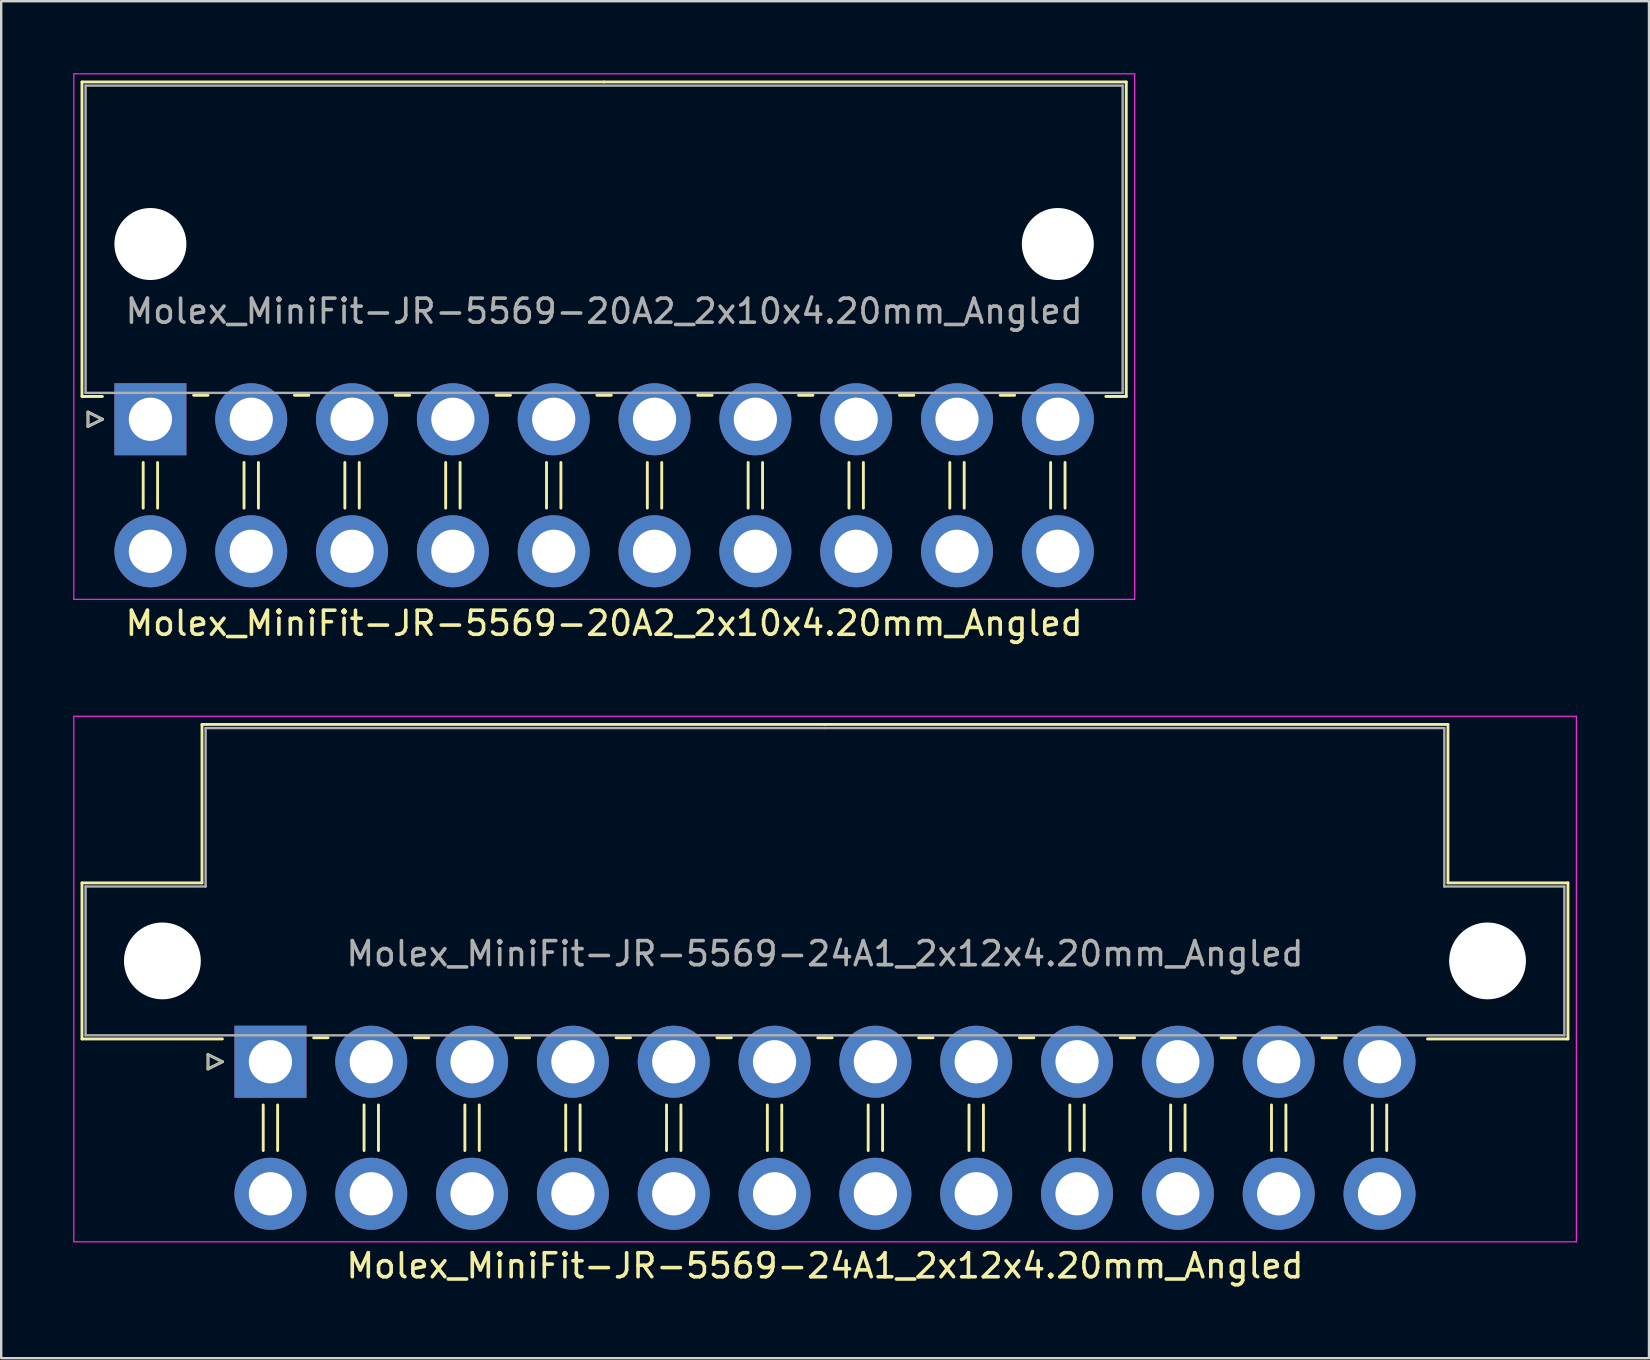
<source format=kicad_pcb>
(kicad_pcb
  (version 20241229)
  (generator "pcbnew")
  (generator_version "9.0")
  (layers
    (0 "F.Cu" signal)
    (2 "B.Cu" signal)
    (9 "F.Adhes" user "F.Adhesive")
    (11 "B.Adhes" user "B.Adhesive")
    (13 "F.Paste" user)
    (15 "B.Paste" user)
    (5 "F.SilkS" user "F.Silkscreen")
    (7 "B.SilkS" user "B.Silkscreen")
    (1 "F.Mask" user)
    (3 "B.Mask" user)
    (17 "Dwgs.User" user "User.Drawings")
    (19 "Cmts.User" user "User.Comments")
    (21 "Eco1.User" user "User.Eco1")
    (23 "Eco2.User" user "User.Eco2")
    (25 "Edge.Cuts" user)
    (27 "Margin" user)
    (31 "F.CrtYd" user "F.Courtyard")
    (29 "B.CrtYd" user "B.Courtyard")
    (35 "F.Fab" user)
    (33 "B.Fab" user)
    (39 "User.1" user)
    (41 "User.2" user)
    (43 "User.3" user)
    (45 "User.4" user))
  (footprint "Molex_MiniFit-JR-5569-20A2_2x10x4.20mm_Angled"
    (layer "F.Cu")
    (at 3.215 14.415)
    (property "Reference" "Molex_MiniFit-JR-5569-20A2_2x10x4.20mm_Angled" (at 18.9 8.5 0) (layer "F.SilkS") (effects (font (size 1 1) (thickness 0.15))))
    (attr through_hole)
    (fp_line (start -2.85 -14.05) (end 18.9 -14.05) (stroke (width 0.12) (type solid)) (layer "F.SilkS"))
    (fp_line (start -2.85 -0.95) (end -2.85 -14.05) (stroke (width 0.12) (type solid)) (layer "F.SilkS"))
    (fp_line (start -2.6 -0.3) (end -2 0) (stroke (width 0.12) (type solid)) (layer "F.SilkS"))
    (fp_line (start -2.6 0.3) (end -2.6 -0.3) (stroke (width 0.12) (type solid)) (layer "F.SilkS"))
    (fp_line (start -2 -0.95) (end -2.85 -0.95) (stroke (width 0.12) (type solid)) (layer "F.SilkS"))
    (fp_line (start -2 0) (end -2.6 0.3) (stroke (width 0.12) (type solid)) (layer "F.SilkS"))
    (fp_line (start -0.3 1.8) (end -0.3 3.7) (stroke (width 0.12) (type solid)) (layer "F.SilkS"))
    (fp_line (start 0.3 1.8) (end 0.3 3.7) (stroke (width 0.12) (type solid)) (layer "F.SilkS"))
    (fp_line (start 1.8 -1) (end 2.4 -1) (stroke (width 0.12) (type solid)) (layer "F.SilkS"))
    (fp_line (start 3.9 1.8) (end 3.9 3.7) (stroke (width 0.12) (type solid)) (layer "F.SilkS"))
    (fp_line (start 4.5 1.8) (end 4.5 3.7) (stroke (width 0.12) (type solid)) (layer "F.SilkS"))
    (fp_line (start 6 -1) (end 6.6 -1) (stroke (width 0.12) (type solid)) (layer "F.SilkS"))
    (fp_line (start 8.1 1.8) (end 8.1 3.7) (stroke (width 0.12) (type solid)) (layer "F.SilkS"))
    (fp_line (start 8.7 1.8) (end 8.7 3.7) (stroke (width 0.12) (type solid)) (layer "F.SilkS"))
    (fp_line (start 10.2 -1) (end 10.8 -1) (stroke (width 0.12) (type solid)) (layer "F.SilkS"))
    (fp_line (start 12.3 1.8) (end 12.3 3.7) (stroke (width 0.12) (type solid)) (layer "F.SilkS"))
    (fp_line (start 12.9 1.8) (end 12.9 3.7) (stroke (width 0.12) (type solid)) (layer "F.SilkS"))
    (fp_line (start 14.4 -1) (end 15 -1) (stroke (width 0.12) (type solid)) (layer "F.SilkS"))
    (fp_line (start 16.5 1.8) (end 16.5 3.7) (stroke (width 0.12) (type solid)) (layer "F.SilkS"))
    (fp_line (start 17.1 1.8) (end 17.1 3.7) (stroke (width 0.12) (type solid)) (layer "F.SilkS"))
    (fp_line (start 18.6 -1) (end 19.2 -1) (stroke (width 0.12) (type solid)) (layer "F.SilkS"))
    (fp_line (start 20.7 1.8) (end 20.7 3.7) (stroke (width 0.12) (type solid)) (layer "F.SilkS"))
    (fp_line (start 21.3 1.8) (end 21.3 3.7) (stroke (width 0.12) (type solid)) (layer "F.SilkS"))
    (fp_line (start 22.8 -1) (end 23.4 -1) (stroke (width 0.12) (type solid)) (layer "F.SilkS"))
    (fp_line (start 24.9 1.8) (end 24.9 3.7) (stroke (width 0.12) (type solid)) (layer "F.SilkS"))
    (fp_line (start 25.5 1.8) (end 25.5 3.7) (stroke (width 0.12) (type solid)) (layer "F.SilkS"))
    (fp_line (start 27 -1) (end 27.6 -1) (stroke (width 0.12) (type solid)) (layer "F.SilkS"))
    (fp_line (start 29.1 1.8) (end 29.1 3.7) (stroke (width 0.12) (type solid)) (layer "F.SilkS"))
    (fp_line (start 29.7 1.8) (end 29.7 3.7) (stroke (width 0.12) (type solid)) (layer "F.SilkS"))
    (fp_line (start 31.2 -1) (end 31.8 -1) (stroke (width 0.12) (type solid)) (layer "F.SilkS"))
    (fp_line (start 33.3 1.8) (end 33.3 3.7) (stroke (width 0.12) (type solid)) (layer "F.SilkS"))
    (fp_line (start 33.9 1.8) (end 33.9 3.7) (stroke (width 0.12) (type solid)) (layer "F.SilkS"))
    (fp_line (start 35.4 -1) (end 36 -1) (stroke (width 0.12) (type solid)) (layer "F.SilkS"))
    (fp_line (start 37.5 1.8) (end 37.5 3.7) (stroke (width 0.12) (type solid)) (layer "F.SilkS"))
    (fp_line (start 38.1 1.8) (end 38.1 3.7) (stroke (width 0.12) (type solid)) (layer "F.SilkS"))
    (fp_line (start 39.8 -0.95) (end 40.65 -0.95) (stroke (width 0.12) (type solid)) (layer "F.SilkS"))
    (fp_line (start 40.65 -14.05) (end 18.9 -14.05) (stroke (width 0.12) (type solid)) (layer "F.SilkS"))
    (fp_line (start 40.65 -0.95) (end 40.65 -14.05) (stroke (width 0.12) (type solid)) (layer "F.SilkS"))
    (fp_line (start -3.19 -14.39) (end -3.19 7.5) (stroke (width 0.05) (type solid)) (layer "F.CrtYd"))
    (fp_line (start -3.19 7.5) (end 41 7.5) (stroke (width 0.05) (type solid)) (layer "F.CrtYd"))
    (fp_line (start 41 -14.39) (end -3.19 -14.39) (stroke (width 0.05) (type solid)) (layer "F.CrtYd"))
    (fp_line (start 41 7.5) (end 41 -14.39) (stroke (width 0.05) (type solid)) (layer "F.CrtYd"))
    (fp_line (start -2.7 -13.9) (end -2.7 -1.1) (stroke (width 0.1) (type solid)) (layer "F.Fab"))
    (fp_line (start -2.7 -1.1) (end 40.5 -1.1) (stroke (width 0.1) (type solid)) (layer "F.Fab"))
    (fp_line (start -2.6 -0.3) (end -2 0) (stroke (width 0.1) (type solid)) (layer "F.Fab"))
    (fp_line (start -2.6 0.3) (end -2.6 -0.3) (stroke (width 0.1) (type solid)) (layer "F.Fab"))
    (fp_line (start -2 0) (end -2.6 0.3) (stroke (width 0.1) (type solid)) (layer "F.Fab"))
    (fp_line (start 40.5 -13.9) (end -2.7 -13.9) (stroke (width 0.1) (type solid)) (layer "F.Fab"))
    (fp_line (start 40.5 -1.1) (end 40.5 -13.9) (stroke (width 0.1) (type solid)) (layer "F.Fab"))
    (fp_text user "${REFERENCE}" (at 18.9 -4.5 0) (layer "F.Fab") (effects (font (size 1 1) (thickness 0.15))))
    (pad "" np_thru_hole circle (at 0 -7.3) (size 3 3) (drill 3) (layers "*.Cu" "*.Mask"))
    (pad "" np_thru_hole circle (at 37.8 -7.3) (size 3 3) (drill 3) (layers "*.Cu" "*.Mask"))
    (pad "1" thru_hole rect (at 0 0) (size 3 3) (drill 1.8) (layers "*.Cu" "*.Mask"))
    (pad "2" thru_hole circle (at 4.2 0) (size 3 3) (drill 1.8) (layers "*.Cu" "*.Mask"))
    (pad "3" thru_hole circle (at 8.4 0) (size 3 3) (drill 1.8) (layers "*.Cu" "*.Mask"))
    (pad "4" thru_hole circle (at 12.6 0) (size 3 3) (drill 1.8) (layers "*.Cu" "*.Mask"))
    (pad "5" thru_hole circle (at 16.8 0) (size 3 3) (drill 1.8) (layers "*.Cu" "*.Mask"))
    (pad "6" thru_hole circle (at 21 0) (size 3 3) (drill 1.8) (layers "*.Cu" "*.Mask"))
    (pad "7" thru_hole circle (at 25.2 0) (size 3 3) (drill 1.8) (layers "*.Cu" "*.Mask"))
    (pad "8" thru_hole circle (at 29.4 0) (size 3 3) (drill 1.8) (layers "*.Cu" "*.Mask"))
    (pad "9" thru_hole circle (at 33.6 0) (size 3 3) (drill 1.8) (layers "*.Cu" "*.Mask"))
    (pad "10" thru_hole circle (at 37.8 0) (size 3 3) (drill 1.8) (layers "*.Cu" "*.Mask"))
    (pad "11" thru_hole circle (at 0 5.5) (size 3 3) (drill 1.8) (layers "*.Cu" "*.Mask"))
    (pad "12" thru_hole circle (at 4.2 5.5) (size 3 3) (drill 1.8) (layers "*.Cu" "*.Mask"))
    (pad "13" thru_hole circle (at 8.4 5.5) (size 3 3) (drill 1.8) (layers "*.Cu" "*.Mask"))
    (pad "14" thru_hole circle (at 12.6 5.5) (size 3 3) (drill 1.8) (layers "*.Cu" "*.Mask"))
    (pad "15" thru_hole circle (at 16.8 5.5) (size 3 3) (drill 1.8) (layers "*.Cu" "*.Mask"))
    (pad "16" thru_hole circle (at 21 5.5) (size 3 3) (drill 1.8) (layers "*.Cu" "*.Mask"))
    (pad "17" thru_hole circle (at 25.2 5.5) (size 3 3) (drill 1.8) (layers "*.Cu" "*.Mask"))
    (pad "18" thru_hole circle (at 29.4 5.5) (size 3 3) (drill 1.8) (layers "*.Cu" "*.Mask"))
    (pad "19" thru_hole circle (at 33.6 5.5) (size 3 3) (drill 1.8) (layers "*.Cu" "*.Mask"))
    (pad "20" thru_hole circle (at 37.8 5.5) (size 3 3) (drill 1.8) (layers "*.Cu" "*.Mask")))
  (footprint "Molex_MiniFit-JR-5569-24A1_2x12x4.20mm_Angled"
    (layer "F.Cu")
    (at 8.215 41.178)
    (property "Reference" "Molex_MiniFit-JR-5569-24A1_2x12x4.20mm_Angled" (at 23.1 8.5 0) (layer "F.SilkS") (effects (font (size 1 1) (thickness 0.15))))
    (attr through_hole)
    (fp_line (start -7.85 -7.45) (end -7.85 -0.95) (stroke (width 0.12) (type solid)) (layer "F.SilkS"))
    (fp_line (start -7.85 -0.95) (end -2 -0.95) (stroke (width 0.12) (type solid)) (layer "F.SilkS"))
    (fp_line (start -2.85 -14.05) (end -2.85 -7.45) (stroke (width 0.12) (type solid)) (layer "F.SilkS"))
    (fp_line (start -2.85 -7.45) (end -7.85 -7.45) (stroke (width 0.12) (type solid)) (layer "F.SilkS"))
    (fp_line (start -2.6 -0.3) (end -2 0) (stroke (width 0.12) (type solid)) (layer "F.SilkS"))
    (fp_line (start -2.6 0.3) (end -2.6 -0.3) (stroke (width 0.12) (type solid)) (layer "F.SilkS"))
    (fp_line (start -2 0) (end -2.6 0.3) (stroke (width 0.12) (type solid)) (layer "F.SilkS"))
    (fp_line (start -0.3 1.8) (end -0.3 3.7) (stroke (width 0.12) (type solid)) (layer "F.SilkS"))
    (fp_line (start 0.3 1.8) (end 0.3 3.7) (stroke (width 0.12) (type solid)) (layer "F.SilkS"))
    (fp_line (start 1.8 -1) (end 2.4 -1) (stroke (width 0.12) (type solid)) (layer "F.SilkS"))
    (fp_line (start 3.9 1.8) (end 3.9 3.7) (stroke (width 0.12) (type solid)) (layer "F.SilkS"))
    (fp_line (start 4.5 1.8) (end 4.5 3.7) (stroke (width 0.12) (type solid)) (layer "F.SilkS"))
    (fp_line (start 6 -1) (end 6.6 -1) (stroke (width 0.12) (type solid)) (layer "F.SilkS"))
    (fp_line (start 8.1 1.8) (end 8.1 3.7) (stroke (width 0.12) (type solid)) (layer "F.SilkS"))
    (fp_line (start 8.7 1.8) (end 8.7 3.7) (stroke (width 0.12) (type solid)) (layer "F.SilkS"))
    (fp_line (start 10.2 -1) (end 10.8 -1) (stroke (width 0.12) (type solid)) (layer "F.SilkS"))
    (fp_line (start 12.3 1.8) (end 12.3 3.7) (stroke (width 0.12) (type solid)) (layer "F.SilkS"))
    (fp_line (start 12.9 1.8) (end 12.9 3.7) (stroke (width 0.12) (type solid)) (layer "F.SilkS"))
    (fp_line (start 14.4 -1) (end 15 -1) (stroke (width 0.12) (type solid)) (layer "F.SilkS"))
    (fp_line (start 16.5 1.8) (end 16.5 3.7) (stroke (width 0.12) (type solid)) (layer "F.SilkS"))
    (fp_line (start 17.1 1.8) (end 17.1 3.7) (stroke (width 0.12) (type solid)) (layer "F.SilkS"))
    (fp_line (start 18.6 -1) (end 19.2 -1) (stroke (width 0.12) (type solid)) (layer "F.SilkS"))
    (fp_line (start 20.7 1.8) (end 20.7 3.7) (stroke (width 0.12) (type solid)) (layer "F.SilkS"))
    (fp_line (start 21.3 1.8) (end 21.3 3.7) (stroke (width 0.12) (type solid)) (layer "F.SilkS"))
    (fp_line (start 22.8 -1) (end 23.4 -1) (stroke (width 0.12) (type solid)) (layer "F.SilkS"))
    (fp_line (start 23.1 -14.05) (end -2.85 -14.05) (stroke (width 0.12) (type solid)) (layer "F.SilkS"))
    (fp_line (start 23.1 -14.05) (end 49.05 -14.05) (stroke (width 0.12) (type solid)) (layer "F.SilkS"))
    (fp_line (start 24.9 1.8) (end 24.9 3.7) (stroke (width 0.12) (type solid)) (layer "F.SilkS"))
    (fp_line (start 25.5 1.8) (end 25.5 3.7) (stroke (width 0.12) (type solid)) (layer "F.SilkS"))
    (fp_line (start 27 -1) (end 27.6 -1) (stroke (width 0.12) (type solid)) (layer "F.SilkS"))
    (fp_line (start 29.1 1.8) (end 29.1 3.7) (stroke (width 0.12) (type solid)) (layer "F.SilkS"))
    (fp_line (start 29.7 1.8) (end 29.7 3.7) (stroke (width 0.12) (type solid)) (layer "F.SilkS"))
    (fp_line (start 31.2 -1) (end 31.8 -1) (stroke (width 0.12) (type solid)) (layer "F.SilkS"))
    (fp_line (start 33.3 1.8) (end 33.3 3.7) (stroke (width 0.12) (type solid)) (layer "F.SilkS"))
    (fp_line (start 33.9 1.8) (end 33.9 3.7) (stroke (width 0.12) (type solid)) (layer "F.SilkS"))
    (fp_line (start 35.4 -1) (end 36 -1) (stroke (width 0.12) (type solid)) (layer "F.SilkS"))
    (fp_line (start 37.5 1.8) (end 37.5 3.7) (stroke (width 0.12) (type solid)) (layer "F.SilkS"))
    (fp_line (start 38.1 1.8) (end 38.1 3.7) (stroke (width 0.12) (type solid)) (layer "F.SilkS"))
    (fp_line (start 39.6 -1) (end 40.2 -1) (stroke (width 0.12) (type solid)) (layer "F.SilkS"))
    (fp_line (start 41.7 1.8) (end 41.7 3.7) (stroke (width 0.12) (type solid)) (layer "F.SilkS"))
    (fp_line (start 42.3 1.8) (end 42.3 3.7) (stroke (width 0.12) (type solid)) (layer "F.SilkS"))
    (fp_line (start 43.8 -1) (end 44.4 -1) (stroke (width 0.12) (type solid)) (layer "F.SilkS"))
    (fp_line (start 45.9 1.8) (end 45.9 3.7) (stroke (width 0.12) (type solid)) (layer "F.SilkS"))
    (fp_line (start 46.5 1.8) (end 46.5 3.7) (stroke (width 0.12) (type solid)) (layer "F.SilkS"))
    (fp_line (start 49.05 -14.05) (end 49.05 -7.45) (stroke (width 0.12) (type solid)) (layer "F.SilkS"))
    (fp_line (start 49.05 -7.45) (end 54.05 -7.45) (stroke (width 0.12) (type solid)) (layer "F.SilkS"))
    (fp_line (start 54.05 -7.45) (end 54.05 -0.95) (stroke (width 0.12) (type solid)) (layer "F.SilkS"))
    (fp_line (start 54.05 -0.95) (end 48.2 -0.95) (stroke (width 0.12) (type solid)) (layer "F.SilkS"))
    (fp_line (start -8.19 -14.39) (end -8.19 7.5) (stroke (width 0.05) (type solid)) (layer "F.CrtYd"))
    (fp_line (start -8.19 7.5) (end 54.4 7.5) (stroke (width 0.05) (type solid)) (layer "F.CrtYd"))
    (fp_line (start 54.4 -14.39) (end -8.19 -14.39) (stroke (width 0.05) (type solid)) (layer "F.CrtYd"))
    (fp_line (start 54.4 7.5) (end 54.4 -14.39) (stroke (width 0.05) (type solid)) (layer "F.CrtYd"))
    (fp_line (start -7.7 -7.3) (end -7.7 -1.1) (stroke (width 0.1) (type solid)) (layer "F.Fab"))
    (fp_line (start -7.7 -1.1) (end 23.1 -1.1) (stroke (width 0.1) (type solid)) (layer "F.Fab"))
    (fp_line (start -2.7 -13.9) (end -2.7 -7.3) (stroke (width 0.1) (type solid)) (layer "F.Fab"))
    (fp_line (start -2.7 -7.3) (end -7.7 -7.3) (stroke (width 0.1) (type solid)) (layer "F.Fab"))
    (fp_line (start -2.6 -0.3) (end -2 0) (stroke (width 0.1) (type solid)) (layer "F.Fab"))
    (fp_line (start -2.6 0.3) (end -2.6 -0.3) (stroke (width 0.1) (type solid)) (layer "F.Fab"))
    (fp_line (start -2 0) (end -2.6 0.3) (stroke (width 0.1) (type solid)) (layer "F.Fab"))
    (fp_line (start 23.1 -13.9) (end -2.7 -13.9) (stroke (width 0.1) (type solid)) (layer "F.Fab"))
    (fp_line (start 23.1 -13.9) (end 48.9 -13.9) (stroke (width 0.1) (type solid)) (layer "F.Fab"))
    (fp_line (start 48.9 -13.9) (end 48.9 -7.3) (stroke (width 0.1) (type solid)) (layer "F.Fab"))
    (fp_line (start 48.9 -7.3) (end 53.9 -7.3) (stroke (width 0.1) (type solid)) (layer "F.Fab"))
    (fp_line (start 53.9 -7.3) (end 53.9 -1.1) (stroke (width 0.1) (type solid)) (layer "F.Fab"))
    (fp_line (start 53.9 -1.1) (end 23.1 -1.1) (stroke (width 0.1) (type solid)) (layer "F.Fab"))
    (fp_text user "${REFERENCE}" (at 23.1 -4.5 0) (layer "F.Fab") (effects (font (size 1 1) (thickness 0.15))))
    (pad "" np_thru_hole circle (at -4.5 -4.2) (size 3.2 3.2) (drill 3.2) (layers "*.Cu" "*.Mask"))
    (pad "" np_thru_hole circle (at 50.7 -4.2) (size 3.2 3.2) (drill 3.2) (layers "*.Cu" "*.Mask"))
    (pad "1" thru_hole rect (at 0 0) (size 3 3) (drill 1.8) (layers "*.Cu" "*.Mask"))
    (pad "2" thru_hole circle (at 4.2 0) (size 3 3) (drill 1.8) (layers "*.Cu" "*.Mask"))
    (pad "3" thru_hole circle (at 8.4 0) (size 3 3) (drill 1.8) (layers "*.Cu" "*.Mask"))
    (pad "4" thru_hole circle (at 12.6 0) (size 3 3) (drill 1.8) (layers "*.Cu" "*.Mask"))
    (pad "5" thru_hole circle (at 16.8 0) (size 3 3) (drill 1.8) (layers "*.Cu" "*.Mask"))
    (pad "6" thru_hole circle (at 21 0) (size 3 3) (drill 1.8) (layers "*.Cu" "*.Mask"))
    (pad "7" thru_hole circle (at 25.2 0) (size 3 3) (drill 1.8) (layers "*.Cu" "*.Mask"))
    (pad "8" thru_hole circle (at 29.4 0) (size 3 3) (drill 1.8) (layers "*.Cu" "*.Mask"))
    (pad "9" thru_hole circle (at 33.6 0) (size 3 3) (drill 1.8) (layers "*.Cu" "*.Mask"))
    (pad "10" thru_hole circle (at 37.8 0) (size 3 3) (drill 1.8) (layers "*.Cu" "*.Mask"))
    (pad "11" thru_hole circle (at 42 0) (size 3 3) (drill 1.8) (layers "*.Cu" "*.Mask"))
    (pad "12" thru_hole circle (at 46.2 0) (size 3 3) (drill 1.8) (layers "*.Cu" "*.Mask"))
    (pad "13" thru_hole circle (at 0 5.5) (size 3 3) (drill 1.8) (layers "*.Cu" "*.Mask"))
    (pad "14" thru_hole circle (at 4.2 5.5) (size 3 3) (drill 1.8) (layers "*.Cu" "*.Mask"))
    (pad "15" thru_hole circle (at 8.4 5.5) (size 3 3) (drill 1.8) (layers "*.Cu" "*.Mask"))
    (pad "16" thru_hole circle (at 12.6 5.5) (size 3 3) (drill 1.8) (layers "*.Cu" "*.Mask"))
    (pad "17" thru_hole circle (at 16.8 5.5) (size 3 3) (drill 1.8) (layers "*.Cu" "*.Mask"))
    (pad "18" thru_hole circle (at 21 5.5) (size 3 3) (drill 1.8) (layers "*.Cu" "*.Mask"))
    (pad "19" thru_hole circle (at 25.2 5.5) (size 3 3) (drill 1.8) (layers "*.Cu" "*.Mask"))
    (pad "20" thru_hole circle (at 29.4 5.5) (size 3 3) (drill 1.8) (layers "*.Cu" "*.Mask"))
    (pad "21" thru_hole circle (at 33.6 5.5) (size 3 3) (drill 1.8) (layers "*.Cu" "*.Mask"))
    (pad "22" thru_hole circle (at 37.8 5.5) (size 3 3) (drill 1.8) (layers "*.Cu" "*.Mask"))
    (pad "23" thru_hole circle (at 42 5.5) (size 3 3) (drill 1.8) (layers "*.Cu" "*.Mask"))
    (pad "24" thru_hole circle (at 46.2 5.5) (size 3 3) (drill 1.8) (layers "*.Cu" "*.Mask")))
  (gr_rect
    (start -3 -3)
    (end 65.64 53.526)
    (stroke (width 0.1) (type default))
    (fill no)
    (layer "Edge.Cuts")))
</source>
